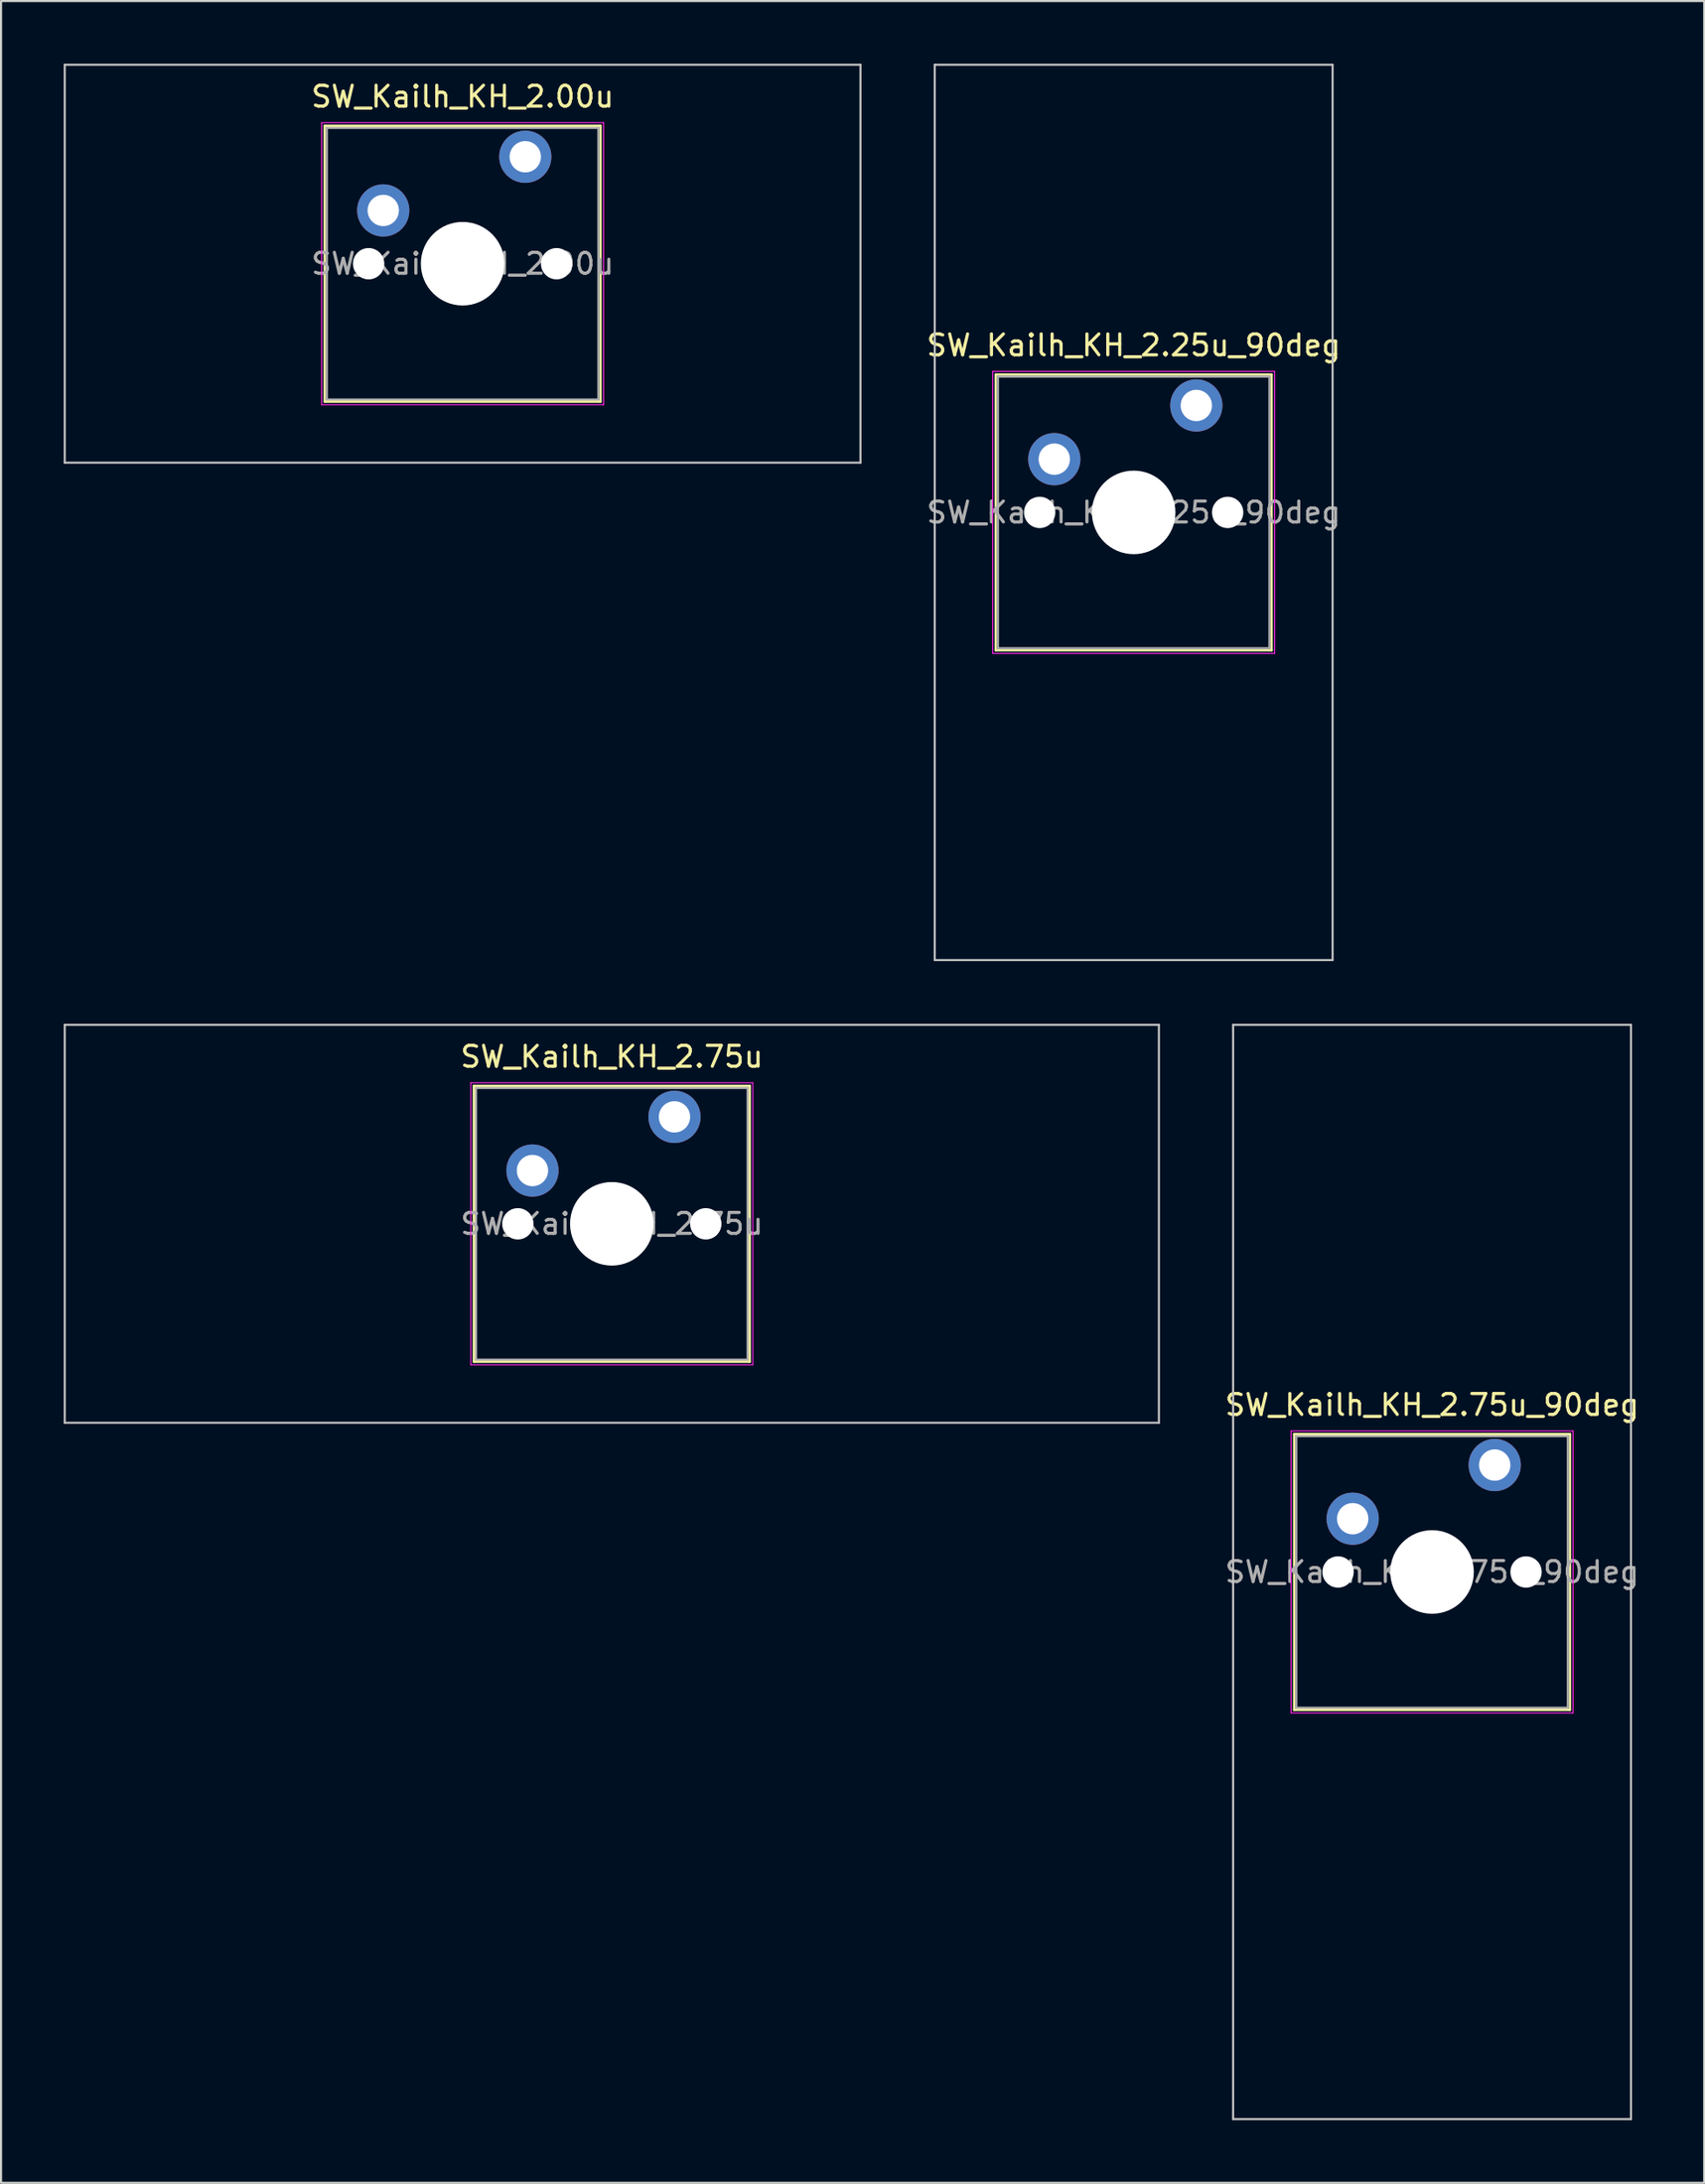
<source format=kicad_pcb>
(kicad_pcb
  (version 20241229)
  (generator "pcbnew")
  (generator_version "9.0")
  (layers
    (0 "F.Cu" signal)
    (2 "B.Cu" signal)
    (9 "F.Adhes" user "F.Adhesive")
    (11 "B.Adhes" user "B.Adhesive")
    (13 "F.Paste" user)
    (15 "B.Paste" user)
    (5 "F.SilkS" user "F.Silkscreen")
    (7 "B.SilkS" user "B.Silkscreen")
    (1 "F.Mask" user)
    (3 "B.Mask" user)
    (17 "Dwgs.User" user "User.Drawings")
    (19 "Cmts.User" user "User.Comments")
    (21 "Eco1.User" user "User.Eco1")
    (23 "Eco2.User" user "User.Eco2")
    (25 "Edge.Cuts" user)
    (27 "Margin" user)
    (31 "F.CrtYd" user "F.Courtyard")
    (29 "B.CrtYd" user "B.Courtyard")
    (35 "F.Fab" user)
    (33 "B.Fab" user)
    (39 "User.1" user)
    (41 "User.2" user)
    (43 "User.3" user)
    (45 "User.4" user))
  (footprint "SW_Kailh_KH_2.25u_90deg"
    (layer "F.Cu")
    (at 51.23 21.481)
    (property "Reference" "SW_Kailh_KH_2.25u_90deg" (at 0 -8 0) (layer "F.SilkS") (effects (font (size 1 1) (thickness 0.15))))
    (attr through_hole)
    (fp_line (start -6.6 -6.6) (end -6.6 6.6) (stroke (width 0.12) (type solid)) (layer "F.SilkS"))
    (fp_line (start -6.6 6.6) (end 6.6 6.6) (stroke (width 0.12) (type solid)) (layer "F.SilkS"))
    (fp_line (start 6.6 -6.6) (end -6.6 -6.6) (stroke (width 0.12) (type solid)) (layer "F.SilkS"))
    (fp_line (start 6.6 6.6) (end 6.6 -6.6) (stroke (width 0.12) (type solid)) (layer "F.SilkS"))
    (fp_line (start -9.525 -21.431) (end 9.525 -21.431) (stroke (width 0.1) (type solid)) (layer "Dwgs.User"))
    (fp_line (start -9.525 21.431) (end -9.525 -21.431) (stroke (width 0.1) (type solid)) (layer "Dwgs.User"))
    (fp_line (start 9.525 -21.431) (end 9.525 21.431) (stroke (width 0.1) (type solid)) (layer "Dwgs.User"))
    (fp_line (start 9.525 21.431) (end -9.525 21.431) (stroke (width 0.1) (type solid)) (layer "Dwgs.User"))
    (fp_line (start -6.1 -6.1) (end -6.1 6.1) (stroke (width 0.1) (type solid)) (layer "Eco1.User"))
    (fp_line (start -6.1 6.1) (end 6.1 6.1) (stroke (width 0.1) (type solid)) (layer "Eco1.User"))
    (fp_line (start 6.1 -6.1) (end -6.1 -6.1) (stroke (width 0.1) (type solid)) (layer "Eco1.User"))
    (fp_line (start 6.1 6.1) (end 6.1 -6.1) (stroke (width 0.1) (type solid)) (layer "Eco1.User"))
    (fp_line (start -6.75 -6.75) (end -6.75 6.75) (stroke (width 0.05) (type solid)) (layer "F.CrtYd"))
    (fp_line (start -6.75 6.75) (end 6.75 6.75) (stroke (width 0.05) (type solid)) (layer "F.CrtYd"))
    (fp_line (start 6.75 -6.75) (end -6.75 -6.75) (stroke (width 0.05) (type solid)) (layer "F.CrtYd"))
    (fp_line (start 6.75 6.75) (end 6.75 -6.75) (stroke (width 0.05) (type solid)) (layer "F.CrtYd"))
    (fp_line (start -6.5 -6.5) (end -6.5 6.5) (stroke (width 0.1) (type solid)) (layer "F.Fab"))
    (fp_line (start -6.5 6.5) (end 6.5 6.5) (stroke (width 0.1) (type solid)) (layer "F.Fab"))
    (fp_line (start 6.5 -6.5) (end -6.5 -6.5) (stroke (width 0.1) (type solid)) (layer "F.Fab"))
    (fp_line (start 6.5 6.5) (end 6.5 -6.5) (stroke (width 0.1) (type solid)) (layer "F.Fab"))
    (fp_text user "${REFERENCE}" (at 0 0 0) (layer "F.Fab") (effects (font (size 1 1) (thickness 0.15))))
    (pad "" np_thru_hole circle (at -4.5 0) (size 1.5 1.5) (drill 1.5) (layers "*.Cu" "*.Mask"))
    (pad "" smd circle (at -3.8 -2.55) (size 1.55 1.55) (layers "F.Mask"))
    (pad "" np_thru_hole circle (at 0 0) (size 4 4) (drill 4) (layers "*.Cu" "*.Mask"))
    (pad "" smd circle (at 3 -5.12) (size 1.55 1.55) (layers "F.Mask"))
    (pad "" np_thru_hole circle (at 4.5 0) (size 1.5 1.5) (drill 1.5) (layers "*.Cu" "*.Mask"))
    (pad "1" thru_hole circle (at -3.8 -2.55) (size 2.5 2.5) (drill 1.5) (layers "*.Cu" "B.Mask"))
    (pad "2" thru_hole circle (at 3 -5.12) (size 2.5 2.5) (drill 1.5) (layers "*.Cu" "B.Mask")))
  (footprint "SW_Kailh_KH_2.00u"
    (layer "F.Cu")
    (at 19.1 9.575)
    (property "Reference" "SW_Kailh_KH_2.00u" (at 0 -8 0) (layer "F.SilkS") (effects (font (size 1 1) (thickness 0.15))))
    (attr through_hole)
    (fp_line (start -6.6 -6.6) (end -6.6 6.6) (stroke (width 0.12) (type solid)) (layer "F.SilkS"))
    (fp_line (start -6.6 6.6) (end 6.6 6.6) (stroke (width 0.12) (type solid)) (layer "F.SilkS"))
    (fp_line (start 6.6 -6.6) (end -6.6 -6.6) (stroke (width 0.12) (type solid)) (layer "F.SilkS"))
    (fp_line (start 6.6 6.6) (end 6.6 -6.6) (stroke (width 0.12) (type solid)) (layer "F.SilkS"))
    (fp_line (start -19.05 -9.525) (end -19.05 9.525) (stroke (width 0.1) (type solid)) (layer "Dwgs.User"))
    (fp_line (start -19.05 9.525) (end 19.05 9.525) (stroke (width 0.1) (type solid)) (layer "Dwgs.User"))
    (fp_line (start 19.05 -9.525) (end -19.05 -9.525) (stroke (width 0.1) (type solid)) (layer "Dwgs.User"))
    (fp_line (start 19.05 9.525) (end 19.05 -9.525) (stroke (width 0.1) (type solid)) (layer "Dwgs.User"))
    (fp_line (start -6.1 -6.1) (end -6.1 6.1) (stroke (width 0.1) (type solid)) (layer "Eco1.User"))
    (fp_line (start -6.1 6.1) (end 6.1 6.1) (stroke (width 0.1) (type solid)) (layer "Eco1.User"))
    (fp_line (start 6.1 -6.1) (end -6.1 -6.1) (stroke (width 0.1) (type solid)) (layer "Eco1.User"))
    (fp_line (start 6.1 6.1) (end 6.1 -6.1) (stroke (width 0.1) (type solid)) (layer "Eco1.User"))
    (fp_line (start -6.75 -6.75) (end -6.75 6.75) (stroke (width 0.05) (type solid)) (layer "F.CrtYd"))
    (fp_line (start -6.75 6.75) (end 6.75 6.75) (stroke (width 0.05) (type solid)) (layer "F.CrtYd"))
    (fp_line (start 6.75 -6.75) (end -6.75 -6.75) (stroke (width 0.05) (type solid)) (layer "F.CrtYd"))
    (fp_line (start 6.75 6.75) (end 6.75 -6.75) (stroke (width 0.05) (type solid)) (layer "F.CrtYd"))
    (fp_line (start -6.5 -6.5) (end -6.5 6.5) (stroke (width 0.1) (type solid)) (layer "F.Fab"))
    (fp_line (start -6.5 6.5) (end 6.5 6.5) (stroke (width 0.1) (type solid)) (layer "F.Fab"))
    (fp_line (start 6.5 -6.5) (end -6.5 -6.5) (stroke (width 0.1) (type solid)) (layer "F.Fab"))
    (fp_line (start 6.5 6.5) (end 6.5 -6.5) (stroke (width 0.1) (type solid)) (layer "F.Fab"))
    (fp_text user "${REFERENCE}" (at 0 0 0) (layer "F.Fab") (effects (font (size 1 1) (thickness 0.15))))
    (pad "" np_thru_hole circle (at -4.5 0) (size 1.5 1.5) (drill 1.5) (layers "*.Cu" "*.Mask"))
    (pad "" smd circle (at -3.8 -2.55) (size 1.55 1.55) (layers "F.Mask"))
    (pad "" np_thru_hole circle (at 0 0) (size 4 4) (drill 4) (layers "*.Cu" "*.Mask"))
    (pad "" smd circle (at 3 -5.12) (size 1.55 1.55) (layers "F.Mask"))
    (pad "" np_thru_hole circle (at 4.5 0) (size 1.5 1.5) (drill 1.5) (layers "*.Cu" "*.Mask"))
    (pad "1" thru_hole circle (at -3.8 -2.55) (size 2.5 2.5) (drill 1.5) (layers "*.Cu" "B.Mask"))
    (pad "2" thru_hole circle (at 3 -5.12) (size 2.5 2.5) (drill 1.5) (layers "*.Cu" "B.Mask")))
  (footprint "SW_Kailh_KH_2.75u_90deg"
    (layer "F.Cu")
    (at 65.517 72.206)
    (property "Reference" "SW_Kailh_KH_2.75u_90deg" (at 0 -8 0) (layer "F.SilkS") (effects (font (size 1 1) (thickness 0.15))))
    (attr through_hole)
    (fp_line (start -6.6 -6.6) (end -6.6 6.6) (stroke (width 0.12) (type solid)) (layer "F.SilkS"))
    (fp_line (start -6.6 6.6) (end 6.6 6.6) (stroke (width 0.12) (type solid)) (layer "F.SilkS"))
    (fp_line (start 6.6 -6.6) (end -6.6 -6.6) (stroke (width 0.12) (type solid)) (layer "F.SilkS"))
    (fp_line (start 6.6 6.6) (end 6.6 -6.6) (stroke (width 0.12) (type solid)) (layer "F.SilkS"))
    (fp_line (start -9.525 -26.194) (end 9.525 -26.194) (stroke (width 0.1) (type solid)) (layer "Dwgs.User"))
    (fp_line (start -9.525 26.194) (end -9.525 -26.194) (stroke (width 0.1) (type solid)) (layer "Dwgs.User"))
    (fp_line (start 9.525 -26.194) (end 9.525 26.194) (stroke (width 0.1) (type solid)) (layer "Dwgs.User"))
    (fp_line (start 9.525 26.194) (end -9.525 26.194) (stroke (width 0.1) (type solid)) (layer "Dwgs.User"))
    (fp_line (start -6.1 -6.1) (end -6.1 6.1) (stroke (width 0.1) (type solid)) (layer "Eco1.User"))
    (fp_line (start -6.1 6.1) (end 6.1 6.1) (stroke (width 0.1) (type solid)) (layer "Eco1.User"))
    (fp_line (start 6.1 -6.1) (end -6.1 -6.1) (stroke (width 0.1) (type solid)) (layer "Eco1.User"))
    (fp_line (start 6.1 6.1) (end 6.1 -6.1) (stroke (width 0.1) (type solid)) (layer "Eco1.User"))
    (fp_line (start -6.75 -6.75) (end -6.75 6.75) (stroke (width 0.05) (type solid)) (layer "F.CrtYd"))
    (fp_line (start -6.75 6.75) (end 6.75 6.75) (stroke (width 0.05) (type solid)) (layer "F.CrtYd"))
    (fp_line (start 6.75 -6.75) (end -6.75 -6.75) (stroke (width 0.05) (type solid)) (layer "F.CrtYd"))
    (fp_line (start 6.75 6.75) (end 6.75 -6.75) (stroke (width 0.05) (type solid)) (layer "F.CrtYd"))
    (fp_line (start -6.5 -6.5) (end -6.5 6.5) (stroke (width 0.1) (type solid)) (layer "F.Fab"))
    (fp_line (start -6.5 6.5) (end 6.5 6.5) (stroke (width 0.1) (type solid)) (layer "F.Fab"))
    (fp_line (start 6.5 -6.5) (end -6.5 -6.5) (stroke (width 0.1) (type solid)) (layer "F.Fab"))
    (fp_line (start 6.5 6.5) (end 6.5 -6.5) (stroke (width 0.1) (type solid)) (layer "F.Fab"))
    (fp_text user "${REFERENCE}" (at 0 0 0) (layer "F.Fab") (effects (font (size 1 1) (thickness 0.15))))
    (pad "" np_thru_hole circle (at -4.5 0) (size 1.5 1.5) (drill 1.5) (layers "*.Cu" "*.Mask"))
    (pad "" smd circle (at -3.8 -2.55) (size 1.55 1.55) (layers "F.Mask"))
    (pad "" np_thru_hole circle (at 0 0) (size 4 4) (drill 4) (layers "*.Cu" "*.Mask"))
    (pad "" smd circle (at 3 -5.12) (size 1.55 1.55) (layers "F.Mask"))
    (pad "" np_thru_hole circle (at 4.5 0) (size 1.5 1.5) (drill 1.5) (layers "*.Cu" "*.Mask"))
    (pad "1" thru_hole circle (at -3.8 -2.55) (size 2.5 2.5) (drill 1.5) (layers "*.Cu" "B.Mask"))
    (pad "2" thru_hole circle (at 3 -5.12) (size 2.5 2.5) (drill 1.5) (layers "*.Cu" "B.Mask")))
  (footprint "SW_Kailh_KH_2.75u"
    (layer "F.Cu")
    (at 26.244 55.538)
    (property "Reference" "SW_Kailh_KH_2.75u" (at 0 -8 0) (layer "F.SilkS") (effects (font (size 1 1) (thickness 0.15))))
    (attr through_hole)
    (fp_line (start -6.6 -6.6) (end -6.6 6.6) (stroke (width 0.12) (type solid)) (layer "F.SilkS"))
    (fp_line (start -6.6 6.6) (end 6.6 6.6) (stroke (width 0.12) (type solid)) (layer "F.SilkS"))
    (fp_line (start 6.6 -6.6) (end -6.6 -6.6) (stroke (width 0.12) (type solid)) (layer "F.SilkS"))
    (fp_line (start 6.6 6.6) (end 6.6 -6.6) (stroke (width 0.12) (type solid)) (layer "F.SilkS"))
    (fp_line (start -26.194 -9.525) (end -26.194 9.525) (stroke (width 0.1) (type solid)) (layer "Dwgs.User"))
    (fp_line (start -26.194 9.525) (end 26.194 9.525) (stroke (width 0.1) (type solid)) (layer "Dwgs.User"))
    (fp_line (start 26.194 -9.525) (end -26.194 -9.525) (stroke (width 0.1) (type solid)) (layer "Dwgs.User"))
    (fp_line (start 26.194 9.525) (end 26.194 -9.525) (stroke (width 0.1) (type solid)) (layer "Dwgs.User"))
    (fp_line (start -6.1 -6.1) (end -6.1 6.1) (stroke (width 0.1) (type solid)) (layer "Eco1.User"))
    (fp_line (start -6.1 6.1) (end 6.1 6.1) (stroke (width 0.1) (type solid)) (layer "Eco1.User"))
    (fp_line (start 6.1 -6.1) (end -6.1 -6.1) (stroke (width 0.1) (type solid)) (layer "Eco1.User"))
    (fp_line (start 6.1 6.1) (end 6.1 -6.1) (stroke (width 0.1) (type solid)) (layer "Eco1.User"))
    (fp_line (start -6.75 -6.75) (end -6.75 6.75) (stroke (width 0.05) (type solid)) (layer "F.CrtYd"))
    (fp_line (start -6.75 6.75) (end 6.75 6.75) (stroke (width 0.05) (type solid)) (layer "F.CrtYd"))
    (fp_line (start 6.75 -6.75) (end -6.75 -6.75) (stroke (width 0.05) (type solid)) (layer "F.CrtYd"))
    (fp_line (start 6.75 6.75) (end 6.75 -6.75) (stroke (width 0.05) (type solid)) (layer "F.CrtYd"))
    (fp_line (start -6.5 -6.5) (end -6.5 6.5) (stroke (width 0.1) (type solid)) (layer "F.Fab"))
    (fp_line (start -6.5 6.5) (end 6.5 6.5) (stroke (width 0.1) (type solid)) (layer "F.Fab"))
    (fp_line (start 6.5 -6.5) (end -6.5 -6.5) (stroke (width 0.1) (type solid)) (layer "F.Fab"))
    (fp_line (start 6.5 6.5) (end 6.5 -6.5) (stroke (width 0.1) (type solid)) (layer "F.Fab"))
    (fp_text user "${REFERENCE}" (at 0 0 0) (layer "F.Fab") (effects (font (size 1 1) (thickness 0.15))))
    (pad "" np_thru_hole circle (at -4.5 0) (size 1.5 1.5) (drill 1.5) (layers "*.Cu" "*.Mask"))
    (pad "" smd circle (at -3.8 -2.55) (size 1.55 1.55) (layers "F.Mask"))
    (pad "" np_thru_hole circle (at 0 0) (size 4 4) (drill 4) (layers "*.Cu" "*.Mask"))
    (pad "" smd circle (at 3 -5.12) (size 1.55 1.55) (layers "F.Mask"))
    (pad "" np_thru_hole circle (at 4.5 0) (size 1.5 1.5) (drill 1.5) (layers "*.Cu" "*.Mask"))
    (pad "1" thru_hole circle (at -3.8 -2.55) (size 2.5 2.5) (drill 1.5) (layers "*.Cu" "B.Mask"))
    (pad "2" thru_hole circle (at 3 -5.12) (size 2.5 2.5) (drill 1.5) (layers "*.Cu" "B.Mask")))
  (gr_rect
    (start -3 -3)
    (end 78.547 101.45)
    (stroke (width 0.1) (type default))
    (fill no)
    (layer "Edge.Cuts")))
</source>
